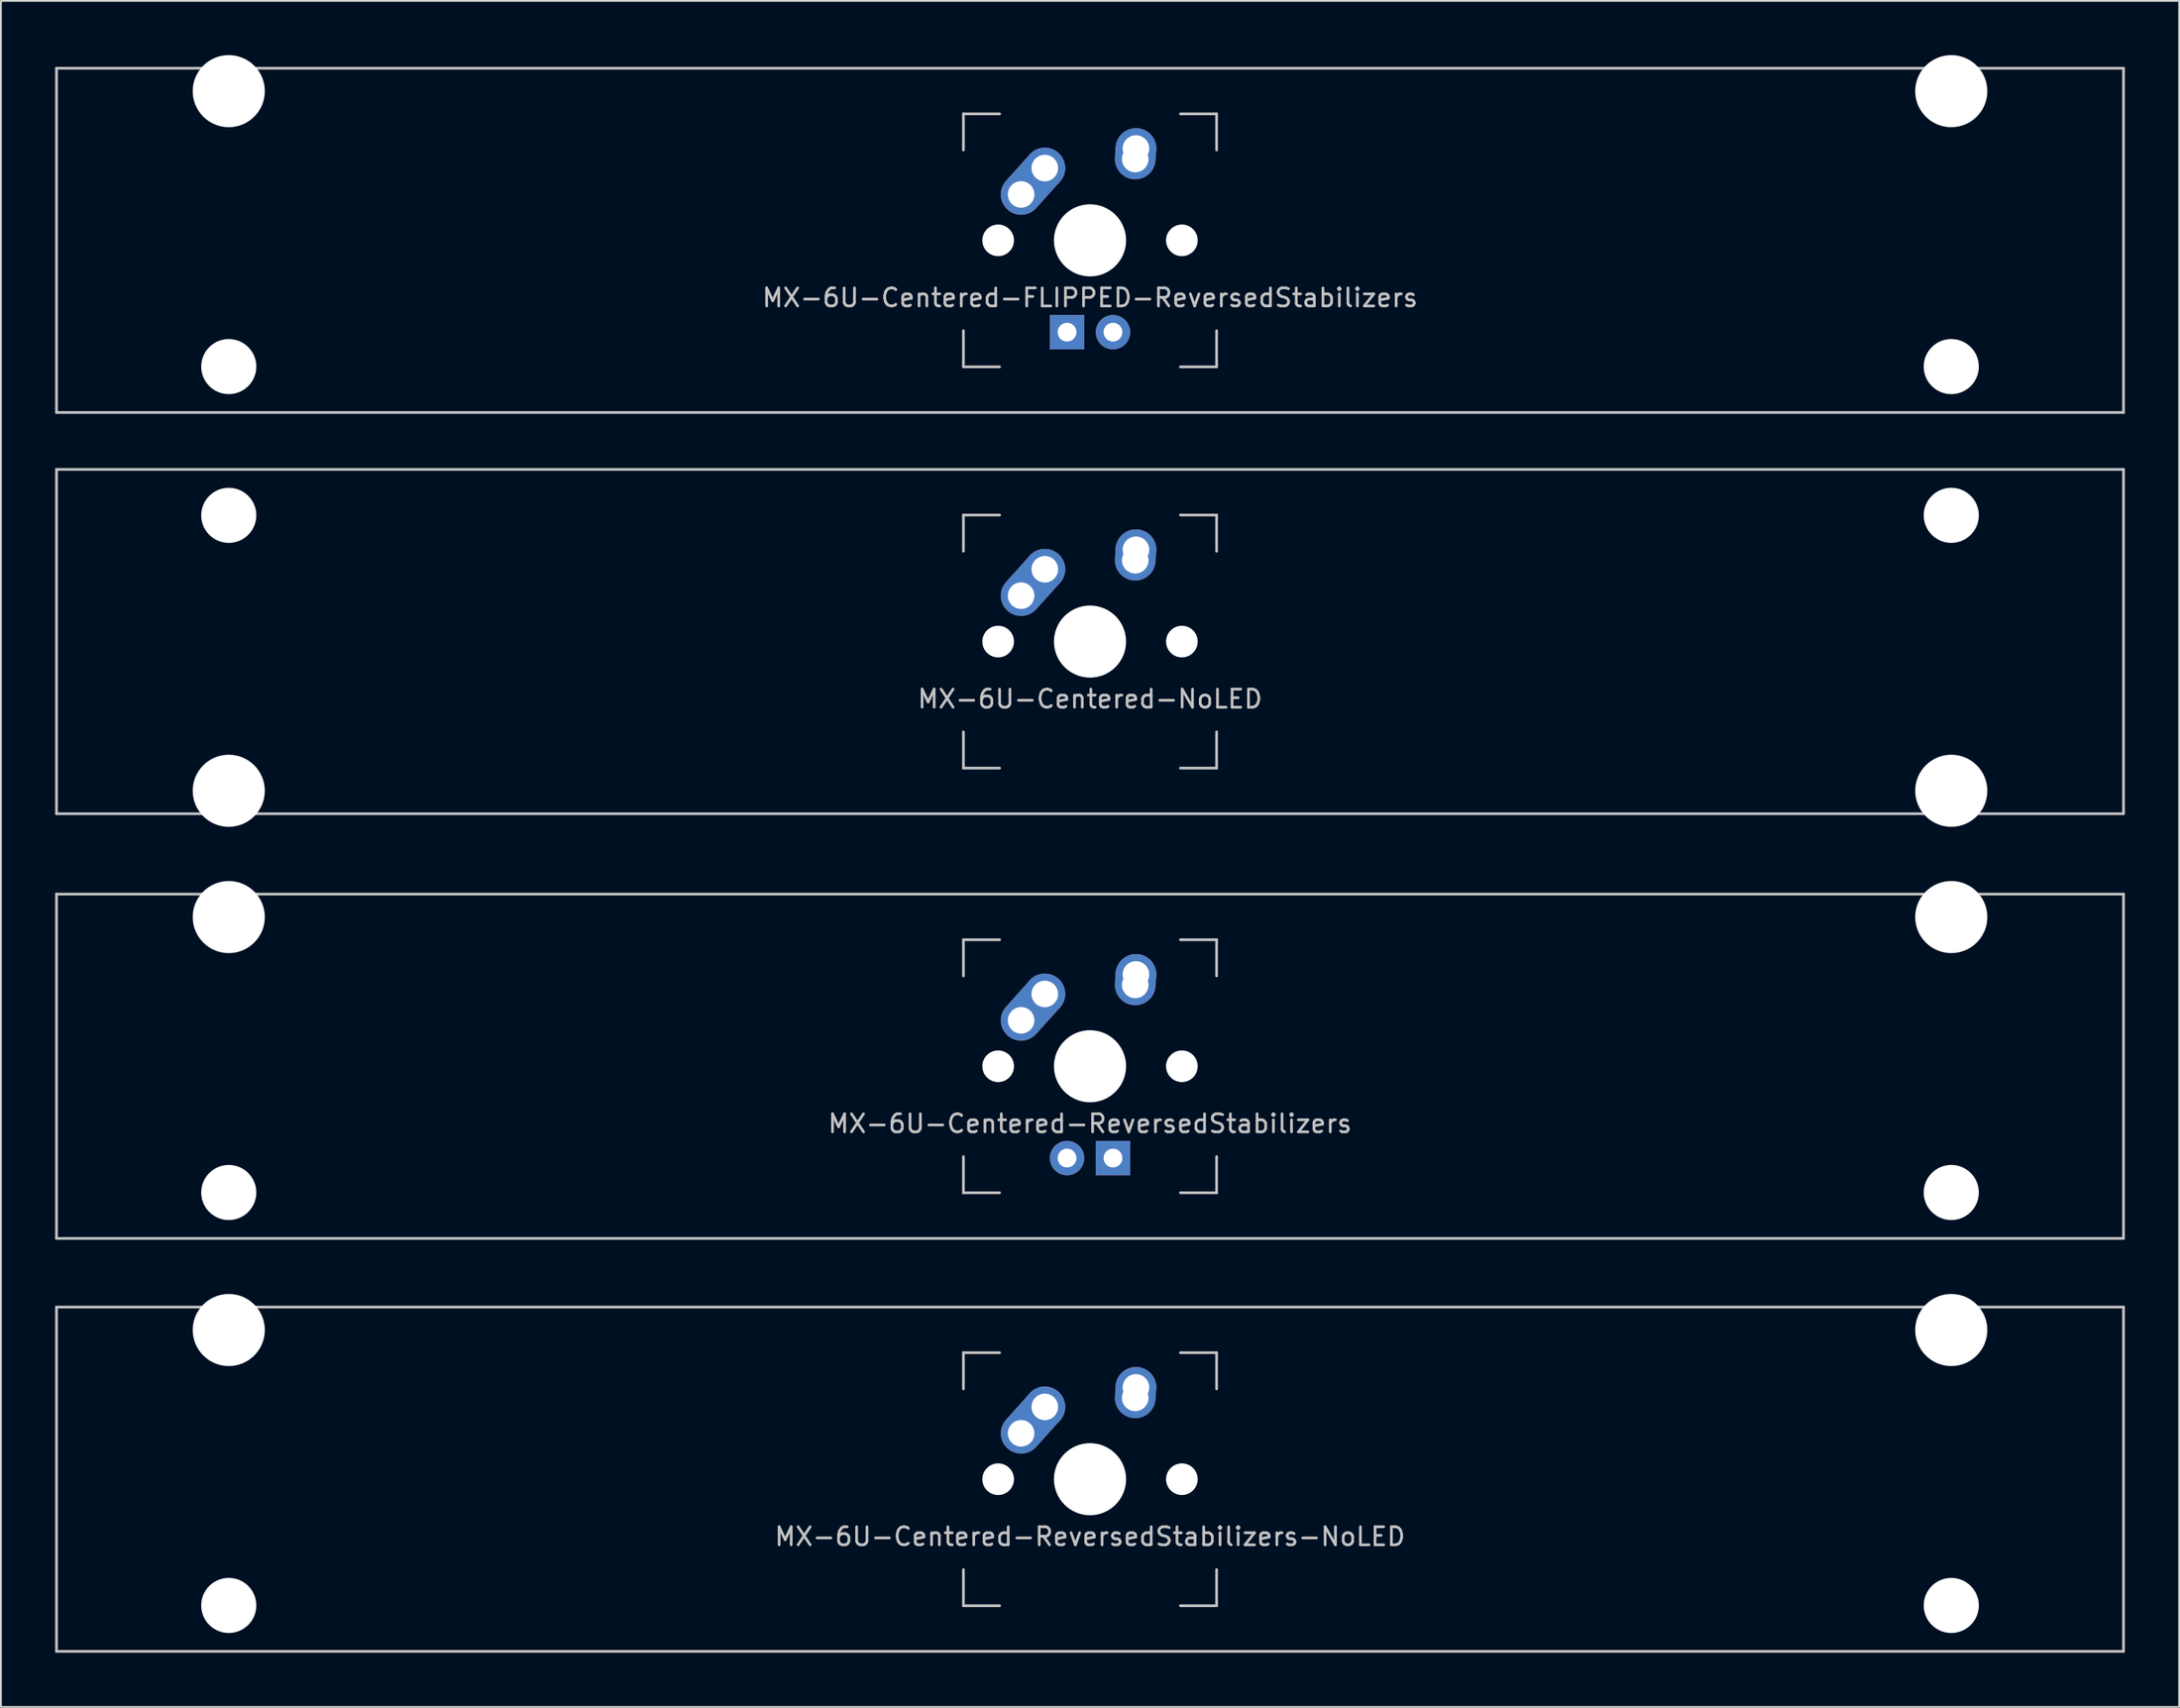
<source format=kicad_pcb>
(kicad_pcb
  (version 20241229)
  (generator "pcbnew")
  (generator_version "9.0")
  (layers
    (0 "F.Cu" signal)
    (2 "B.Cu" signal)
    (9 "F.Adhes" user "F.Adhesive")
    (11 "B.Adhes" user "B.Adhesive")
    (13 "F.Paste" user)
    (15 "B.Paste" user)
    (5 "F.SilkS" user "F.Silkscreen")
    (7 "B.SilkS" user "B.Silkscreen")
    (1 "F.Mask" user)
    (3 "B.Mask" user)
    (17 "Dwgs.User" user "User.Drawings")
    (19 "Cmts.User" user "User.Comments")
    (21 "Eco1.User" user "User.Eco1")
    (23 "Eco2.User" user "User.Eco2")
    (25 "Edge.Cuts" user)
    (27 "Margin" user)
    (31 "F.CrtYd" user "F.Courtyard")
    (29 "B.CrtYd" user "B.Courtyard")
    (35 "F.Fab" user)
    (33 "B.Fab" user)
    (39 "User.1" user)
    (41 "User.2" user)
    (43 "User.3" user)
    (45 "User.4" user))
  (footprint "MX-6U-Centered-ReversedStabilizers"
    (layer "F.Cu")
    (at 57.225 55.947)
    (property "Reference" "MX-6U-Centered-ReversedStabilizers" (at 0 3.175 0) (layer "Dwgs.User") (effects (font (size 1 1) (thickness 0.15))))
    (attr through_hole)
    (fp_line (start -57.15 -9.525) (end 57.15 -9.525) (stroke (width 0.15) (type solid)) (layer "Dwgs.User"))
    (fp_line (start -57.15 9.525) (end -57.15 -9.525) (stroke (width 0.15) (type solid)) (layer "Dwgs.User"))
    (fp_line (start -57.15 9.525) (end 57.15 9.525) (stroke (width 0.15) (type solid)) (layer "Dwgs.User"))
    (fp_line (start -7 -7) (end -7 -5) (stroke (width 0.15) (type solid)) (layer "Dwgs.User"))
    (fp_line (start -7 5) (end -7 7) (stroke (width 0.15) (type solid)) (layer "Dwgs.User"))
    (fp_line (start -7 7) (end -5 7) (stroke (width 0.15) (type solid)) (layer "Dwgs.User"))
    (fp_line (start -5 -7) (end -7 -7) (stroke (width 0.15) (type solid)) (layer "Dwgs.User"))
    (fp_line (start 5 -7) (end 7 -7) (stroke (width 0.15) (type solid)) (layer "Dwgs.User"))
    (fp_line (start 5 7) (end 7 7) (stroke (width 0.15) (type solid)) (layer "Dwgs.User"))
    (fp_line (start 7 -7) (end 7 -5) (stroke (width 0.15) (type solid)) (layer "Dwgs.User"))
    (fp_line (start 7 7) (end 7 5) (stroke (width 0.15) (type solid)) (layer "Dwgs.User"))
    (fp_line (start 57.15 -9.525) (end 57.15 9.525) (stroke (width 0.15) (type solid)) (layer "Dwgs.User"))
    (pad "" np_thru_hole circle (at -47.625 -8.255) (size 3.988 3.988) (drill 3.988) (layers "*.Cu" "*.Mask"))
    (pad "" np_thru_hole circle (at -47.625 6.985) (size 3.048 3.048) (drill 3.048) (layers "*.Cu" "*.Mask"))
    (pad "" np_thru_hole circle (at -5.08 0 48.1) (size 1.75 1.75) (drill 1.75) (layers "*.Cu" "*.Mask"))
    (pad "" np_thru_hole circle (at 0 0) (size 3.988 3.988) (drill 3.988) (layers "*.Cu" "*.Mask"))
    (pad "" np_thru_hole circle (at 5.08 0 48.1) (size 1.75 1.75) (drill 1.75) (layers "*.Cu" "*.Mask"))
    (pad "" np_thru_hole circle (at 47.625 -8.255) (size 3.988 3.988) (drill 3.988) (layers "*.Cu" "*.Mask"))
    (pad "" np_thru_hole circle (at 47.625 6.985) (size 3.048 3.048) (drill 3.048) (layers "*.Cu" "*.Mask"))
    (pad "1" thru_hole oval (at -3.81 -2.54 48.1) (size 4.212 2.25) (drill 1.47 (offset 0.981 0)) (layers "*.Cu" "B.Mask"))
    (pad "1" thru_hole circle (at -2.5 -4) (size 2.25 2.25) (drill 1.47) (layers "*.Cu" "B.Mask"))
    (pad "2" thru_hole oval (at 2.5 -4.5 86.055) (size 2.831 2.25) (drill 1.47 (offset 0.291 0)) (layers "*.Cu" "B.Mask"))
    (pad "2" thru_hole circle (at 2.54 -5.08) (size 2.25 2.25) (drill 1.47) (layers "*.Cu" "B.Mask"))
    (pad "3" thru_hole circle (at -1.27 5.08) (size 1.905 1.905) (drill 1.04) (layers "*.Cu" "B.Mask"))
    (pad "4" thru_hole rect (at 1.27 5.08) (size 1.905 1.905) (drill 1.04) (layers "*.Cu" "B.Mask")))
  (footprint "MX-6U-Centered-FLIPPED-ReversedStabilizers"
    (layer "F.Cu")
    (at 57.225 10.249)
    (property "Reference" "MX-6U-Centered-FLIPPED-ReversedStabilizers" (at 0 3.175 0) (layer "Dwgs.User") (effects (font (size 1 1) (thickness 0.15))))
    (attr through_hole)
    (fp_line (start -57.15 -9.525) (end 57.15 -9.525) (stroke (width 0.15) (type solid)) (layer "Dwgs.User"))
    (fp_line (start -57.15 9.525) (end -57.15 -9.525) (stroke (width 0.15) (type solid)) (layer "Dwgs.User"))
    (fp_line (start -57.15 9.525) (end 57.15 9.525) (stroke (width 0.15) (type solid)) (layer "Dwgs.User"))
    (fp_line (start -7 -7) (end -7 -5) (stroke (width 0.15) (type solid)) (layer "Dwgs.User"))
    (fp_line (start -7 5) (end -7 7) (stroke (width 0.15) (type solid)) (layer "Dwgs.User"))
    (fp_line (start -7 7) (end -5 7) (stroke (width 0.15) (type solid)) (layer "Dwgs.User"))
    (fp_line (start -5 -7) (end -7 -7) (stroke (width 0.15) (type solid)) (layer "Dwgs.User"))
    (fp_line (start 5 -7) (end 7 -7) (stroke (width 0.15) (type solid)) (layer "Dwgs.User"))
    (fp_line (start 5 7) (end 7 7) (stroke (width 0.15) (type solid)) (layer "Dwgs.User"))
    (fp_line (start 7 -7) (end 7 -5) (stroke (width 0.15) (type solid)) (layer "Dwgs.User"))
    (fp_line (start 7 7) (end 7 5) (stroke (width 0.15) (type solid)) (layer "Dwgs.User"))
    (fp_line (start 57.15 -9.525) (end 57.15 9.525) (stroke (width 0.15) (type solid)) (layer "Dwgs.User"))
    (pad "" np_thru_hole circle (at -47.625 -8.255) (size 3.988 3.988) (drill 3.988) (layers "*.Cu" "*.Mask"))
    (pad "" np_thru_hole circle (at -47.625 6.985) (size 3.048 3.048) (drill 3.048) (layers "*.Cu" "*.Mask"))
    (pad "" np_thru_hole circle (at -5.08 0 48.1) (size 1.75 1.75) (drill 1.75) (layers "*.Cu" "*.Mask"))
    (pad "" np_thru_hole circle (at 0 0) (size 3.988 3.988) (drill 3.988) (layers "*.Cu" "*.Mask"))
    (pad "" np_thru_hole circle (at 5.08 0 48.1) (size 1.75 1.75) (drill 1.75) (layers "*.Cu" "*.Mask"))
    (pad "" np_thru_hole circle (at 47.625 -8.255) (size 3.988 3.988) (drill 3.988) (layers "*.Cu" "*.Mask"))
    (pad "" np_thru_hole circle (at 47.625 6.985) (size 3.048 3.048) (drill 3.048) (layers "*.Cu" "*.Mask"))
    (pad "1" thru_hole oval (at -3.81 -2.54 48.1) (size 4.212 2.25) (drill 1.47 (offset 0.981 0)) (layers "*.Cu" "B.Mask"))
    (pad "1" thru_hole circle (at -2.5 -4) (size 2.25 2.25) (drill 1.47) (layers "*.Cu" "B.Mask"))
    (pad "2" thru_hole oval (at 2.5 -4.5 86.055) (size 2.831 2.25) (drill 1.47 (offset 0.291 0)) (layers "*.Cu" "B.Mask"))
    (pad "2" thru_hole circle (at 2.54 -5.08) (size 2.25 2.25) (drill 1.47) (layers "*.Cu" "B.Mask"))
    (pad "3" thru_hole circle (at 1.27 5.08) (size 1.905 1.905) (drill 1.04) (layers "*.Cu" "B.Mask"))
    (pad "4" thru_hole rect (at -1.27 5.08) (size 1.905 1.905) (drill 1.04) (layers "*.Cu" "B.Mask")))
  (footprint "MX-6U-Centered-ReversedStabilizers-NoLED"
    (layer "F.Cu")
    (at 57.225 78.796)
    (property "Reference" "MX-6U-Centered-ReversedStabilizers-NoLED" (at 0 3.175 0) (layer "Dwgs.User") (effects (font (size 1 1) (thickness 0.15))))
    (attr through_hole)
    (fp_line (start -57.15 -9.525) (end 57.15 -9.525) (stroke (width 0.15) (type solid)) (layer "Dwgs.User"))
    (fp_line (start -57.15 9.525) (end -57.15 -9.525) (stroke (width 0.15) (type solid)) (layer "Dwgs.User"))
    (fp_line (start -57.15 9.525) (end 57.15 9.525) (stroke (width 0.15) (type solid)) (layer "Dwgs.User"))
    (fp_line (start -7 -7) (end -7 -5) (stroke (width 0.15) (type solid)) (layer "Dwgs.User"))
    (fp_line (start -7 5) (end -7 7) (stroke (width 0.15) (type solid)) (layer "Dwgs.User"))
    (fp_line (start -7 7) (end -5 7) (stroke (width 0.15) (type solid)) (layer "Dwgs.User"))
    (fp_line (start -5 -7) (end -7 -7) (stroke (width 0.15) (type solid)) (layer "Dwgs.User"))
    (fp_line (start 5 -7) (end 7 -7) (stroke (width 0.15) (type solid)) (layer "Dwgs.User"))
    (fp_line (start 5 7) (end 7 7) (stroke (width 0.15) (type solid)) (layer "Dwgs.User"))
    (fp_line (start 7 -7) (end 7 -5) (stroke (width 0.15) (type solid)) (layer "Dwgs.User"))
    (fp_line (start 7 7) (end 7 5) (stroke (width 0.15) (type solid)) (layer "Dwgs.User"))
    (fp_line (start 57.15 -9.525) (end 57.15 9.525) (stroke (width 0.15) (type solid)) (layer "Dwgs.User"))
    (pad "" np_thru_hole circle (at -47.625 -8.255) (size 3.988 3.988) (drill 3.988) (layers "*.Cu" "*.Mask"))
    (pad "" np_thru_hole circle (at -47.625 6.985) (size 3.048 3.048) (drill 3.048) (layers "*.Cu" "*.Mask"))
    (pad "" np_thru_hole circle (at -5.08 0 48.1) (size 1.75 1.75) (drill 1.75) (layers "*.Cu" "*.Mask"))
    (pad "" np_thru_hole circle (at 0 0) (size 3.988 3.988) (drill 3.988) (layers "*.Cu" "*.Mask"))
    (pad "" np_thru_hole circle (at 5.08 0 48.1) (size 1.75 1.75) (drill 1.75) (layers "*.Cu" "*.Mask"))
    (pad "" np_thru_hole circle (at 47.625 -8.255) (size 3.988 3.988) (drill 3.988) (layers "*.Cu" "*.Mask"))
    (pad "" np_thru_hole circle (at 47.625 6.985) (size 3.048 3.048) (drill 3.048) (layers "*.Cu" "*.Mask"))
    (pad "1" thru_hole oval (at -3.81 -2.54 48.1) (size 4.212 2.25) (drill 1.47 (offset 0.981 0)) (layers "*.Cu" "B.Mask"))
    (pad "1" thru_hole circle (at -2.5 -4) (size 2.25 2.25) (drill 1.47) (layers "*.Cu" "B.Mask"))
    (pad "2" thru_hole oval (at 2.5 -4.5 86.055) (size 2.831 2.25) (drill 1.47 (offset 0.291 0)) (layers "*.Cu" "B.Mask"))
    (pad "2" thru_hole circle (at 2.54 -5.08) (size 2.25 2.25) (drill 1.47) (layers "*.Cu" "B.Mask")))
  (footprint "MX-6U-Centered-NoLED"
    (layer "F.Cu")
    (at 57.225 32.449)
    (property "Reference" "MX-6U-Centered-NoLED" (at 0 3.175 0) (layer "Dwgs.User") (effects (font (size 1 1) (thickness 0.15))))
    (attr through_hole)
    (fp_line (start -57.15 -9.525) (end 57.15 -9.525) (stroke (width 0.15) (type solid)) (layer "Dwgs.User"))
    (fp_line (start -57.15 9.525) (end -57.15 -9.525) (stroke (width 0.15) (type solid)) (layer "Dwgs.User"))
    (fp_line (start -57.15 9.525) (end 57.15 9.525) (stroke (width 0.15) (type solid)) (layer "Dwgs.User"))
    (fp_line (start -7 -7) (end -7 -5) (stroke (width 0.15) (type solid)) (layer "Dwgs.User"))
    (fp_line (start -7 5) (end -7 7) (stroke (width 0.15) (type solid)) (layer "Dwgs.User"))
    (fp_line (start -7 7) (end -5 7) (stroke (width 0.15) (type solid)) (layer "Dwgs.User"))
    (fp_line (start -5 -7) (end -7 -7) (stroke (width 0.15) (type solid)) (layer "Dwgs.User"))
    (fp_line (start 5 -7) (end 7 -7) (stroke (width 0.15) (type solid)) (layer "Dwgs.User"))
    (fp_line (start 5 7) (end 7 7) (stroke (width 0.15) (type solid)) (layer "Dwgs.User"))
    (fp_line (start 7 -7) (end 7 -5) (stroke (width 0.15) (type solid)) (layer "Dwgs.User"))
    (fp_line (start 7 7) (end 7 5) (stroke (width 0.15) (type solid)) (layer "Dwgs.User"))
    (fp_line (start 57.15 -9.525) (end 57.15 9.525) (stroke (width 0.15) (type solid)) (layer "Dwgs.User"))
    (pad "" np_thru_hole circle (at -47.625 -6.985) (size 3.048 3.048) (drill 3.048) (layers "*.Cu" "*.Mask"))
    (pad "" np_thru_hole circle (at -47.625 8.255) (size 3.988 3.988) (drill 3.988) (layers "*.Cu" "*.Mask"))
    (pad "" np_thru_hole circle (at -5.08 0 48.1) (size 1.75 1.75) (drill 1.75) (layers "*.Cu" "*.Mask"))
    (pad "" np_thru_hole circle (at 0 0) (size 3.988 3.988) (drill 3.988) (layers "*.Cu" "*.Mask"))
    (pad "" np_thru_hole circle (at 5.08 0 48.1) (size 1.75 1.75) (drill 1.75) (layers "*.Cu" "*.Mask"))
    (pad "" np_thru_hole circle (at 47.625 -6.985) (size 3.048 3.048) (drill 3.048) (layers "*.Cu" "*.Mask"))
    (pad "" np_thru_hole circle (at 47.625 8.255) (size 3.988 3.988) (drill 3.988) (layers "*.Cu" "*.Mask"))
    (pad "1" thru_hole oval (at -3.81 -2.54 48.1) (size 4.212 2.25) (drill 1.47 (offset 0.981 0)) (layers "*.Cu" "B.Mask"))
    (pad "1" thru_hole circle (at -2.5 -4) (size 2.25 2.25) (drill 1.47) (layers "*.Cu" "B.Mask"))
    (pad "2" thru_hole oval (at 2.5 -4.5 86.055) (size 2.831 2.25) (drill 1.47 (offset 0.291 0)) (layers "*.Cu" "B.Mask"))
    (pad "2" thru_hole circle (at 2.54 -5.08) (size 2.25 2.25) (drill 1.47) (layers "*.Cu" "B.Mask")))
  (gr_rect
    (start -3 -3)
    (end 117.45 91.396)
    (stroke (width 0.1) (type default))
    (fill no)
    (layer "Edge.Cuts")))
</source>
